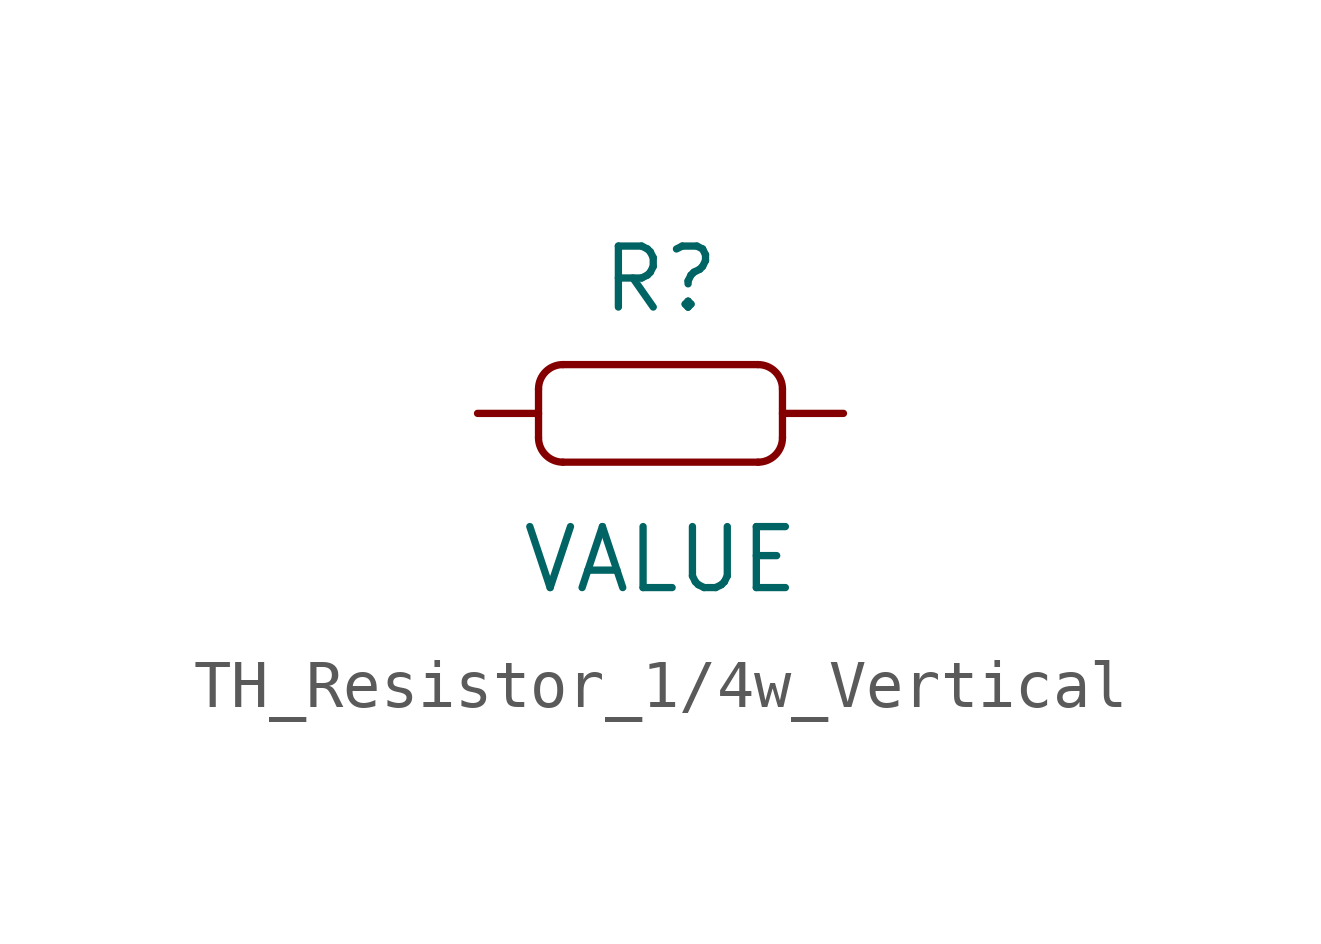
<source format=kicad_sym>
(kicad_symbol_lib
  (version 20231120)
  (generator "kicad_symbol_editor")
  (generator_version "8.0")
  (symbol "TH_Resistor_1/4w_Vertical"
    (pin_numbers hide)
    (pin_names
      (offset 0))
    (property "Reference" "R"
      (at 0 2.794 0)
      (do_not_autoplace)
      (effects (font (size 1.27 1.27))))
    (property "Value" "VALUE"
      (at 0 -3.048 0)
      (do_not_autoplace)
      (effects (font (size 1.27 1.27))))
    (symbol "TH_Resistor_1/4w_Vertical_0_1"
      (arc (start -2.54 -0.508) (mid -2.3912 -0.8672) (end -2.032 -1.016) (stroke (width 0) (type default)) (fill (type none)))
      (arc (start -2.032 1.016) (mid -2.3912 0.8672) (end -2.54 0.508) (stroke (width 0) (type default)) (fill (type none)))
      (polyline (pts (xy -2.54 0.508) (xy -2.54 -0.508)) (stroke (width 0) (type default)) (fill (type none)))
      (polyline (pts (xy -2.032 -1.016) (xy 2.032 -1.016)) (stroke (width 0) (type default)) (fill (type none)))
      (polyline (pts (xy -2.032 1.016) (xy 2.032 1.016)) (stroke (width 0) (type default)) (fill (type none)))
      (polyline (pts (xy 2.54 0.508) (xy 2.54 -0.508)) (stroke (width 0) (type default)) (fill (type none)))
      (arc (start 2.032 -1.016) (mid 2.3912 -0.8672) (end 2.54 -0.508) (stroke (width 0) (type default)) (fill (type none)))
      (arc (start 2.54 0.508) (mid 2.3912 0.8672) (end 2.032 1.016) (stroke (width 0) (type default)) (fill (type none))))
    (symbol "TH_Resistor_1/4w_Vertical_1_1"
      (pin passive line (at 3.81 0 180) (length 1.27) (name "~" (effects (font (size 1.27 1.27)))) (number "1" (effects (font (size 1.27 1.27)))))
      (pin passive line (at -3.81 0 0) (length 1.27) (name "~" (effects (font (size 1.27 1.27)))) (number "2" (effects (font (size 1.27 1.27))))))))
</source>
